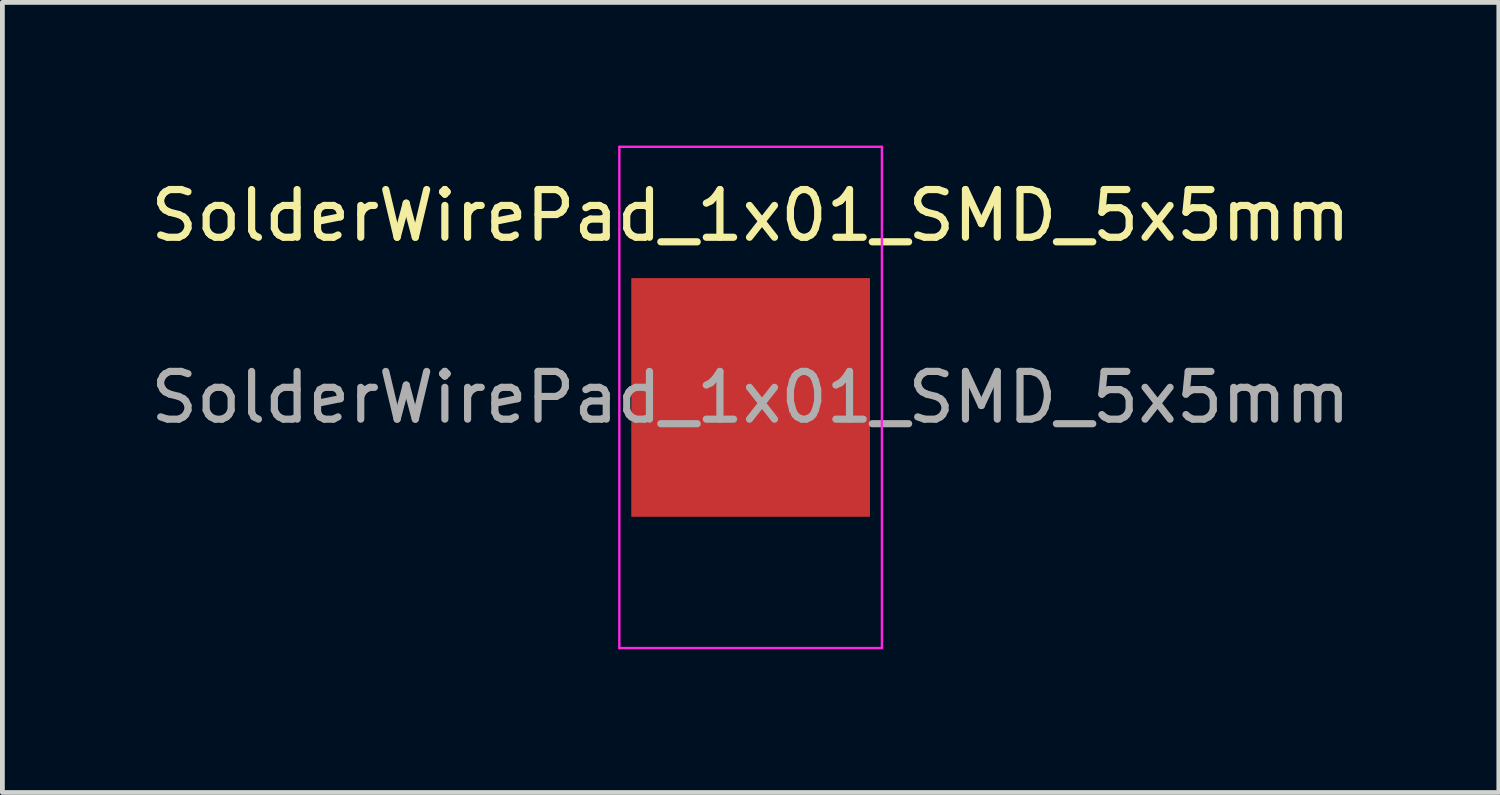
<source format=kicad_pcb>
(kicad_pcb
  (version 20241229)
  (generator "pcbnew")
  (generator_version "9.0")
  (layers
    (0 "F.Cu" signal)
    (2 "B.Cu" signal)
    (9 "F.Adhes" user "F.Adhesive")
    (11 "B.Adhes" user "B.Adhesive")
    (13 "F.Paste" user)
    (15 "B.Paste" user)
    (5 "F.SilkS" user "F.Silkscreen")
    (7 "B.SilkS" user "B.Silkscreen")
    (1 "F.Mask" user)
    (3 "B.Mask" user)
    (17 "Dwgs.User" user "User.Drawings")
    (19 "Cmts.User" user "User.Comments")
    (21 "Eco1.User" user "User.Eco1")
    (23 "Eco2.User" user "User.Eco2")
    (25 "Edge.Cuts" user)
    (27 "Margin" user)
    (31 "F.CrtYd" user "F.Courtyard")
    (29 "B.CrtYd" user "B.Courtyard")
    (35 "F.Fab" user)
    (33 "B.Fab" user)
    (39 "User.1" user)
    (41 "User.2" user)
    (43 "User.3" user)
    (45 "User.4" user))
  (footprint "SolderWirePad_1x01_SMD_5x5mm"
    (layer "F.Cu")
    (at 12.673 5.275)
    (property "Reference" "SolderWirePad_1x01_SMD_5x5mm" (at 0 -3.81 0) (layer "F.SilkS") (effects (font (size 1 1) (thickness 0.15))))
    (attr smd exclude_from_pos_files exclude_from_bom)
    (fp_line (start -2.75 -5.25) (end -2.75 5.25) (stroke (width 0.05) (type solid)) (layer "F.CrtYd"))
    (fp_line (start -2.75 5.25) (end 2.75 5.25) (stroke (width 0.05) (type solid)) (layer "F.CrtYd"))
    (fp_line (start 2.75 -5.25) (end -2.75 -5.25) (stroke (width 0.05) (type solid)) (layer "F.CrtYd"))
    (fp_line (start 2.75 5.25) (end 2.75 -5.25) (stroke (width 0.05) (type solid)) (layer "F.CrtYd"))
    (fp_text user "${REFERENCE}" (at 0 0 0) (layer "F.Fab") (effects (font (size 1 1) (thickness 0.15))))
    (pad "1" smd rect (at 0 0) (size 5 5) (layers "F.Cu" "F.Mask" "F.Paste")))
  (gr_rect
    (start -3 -3)
    (end 28.345 13.55)
    (stroke (width 0.1) (type default))
    (fill no)
    (layer "Edge.Cuts")))
</source>
